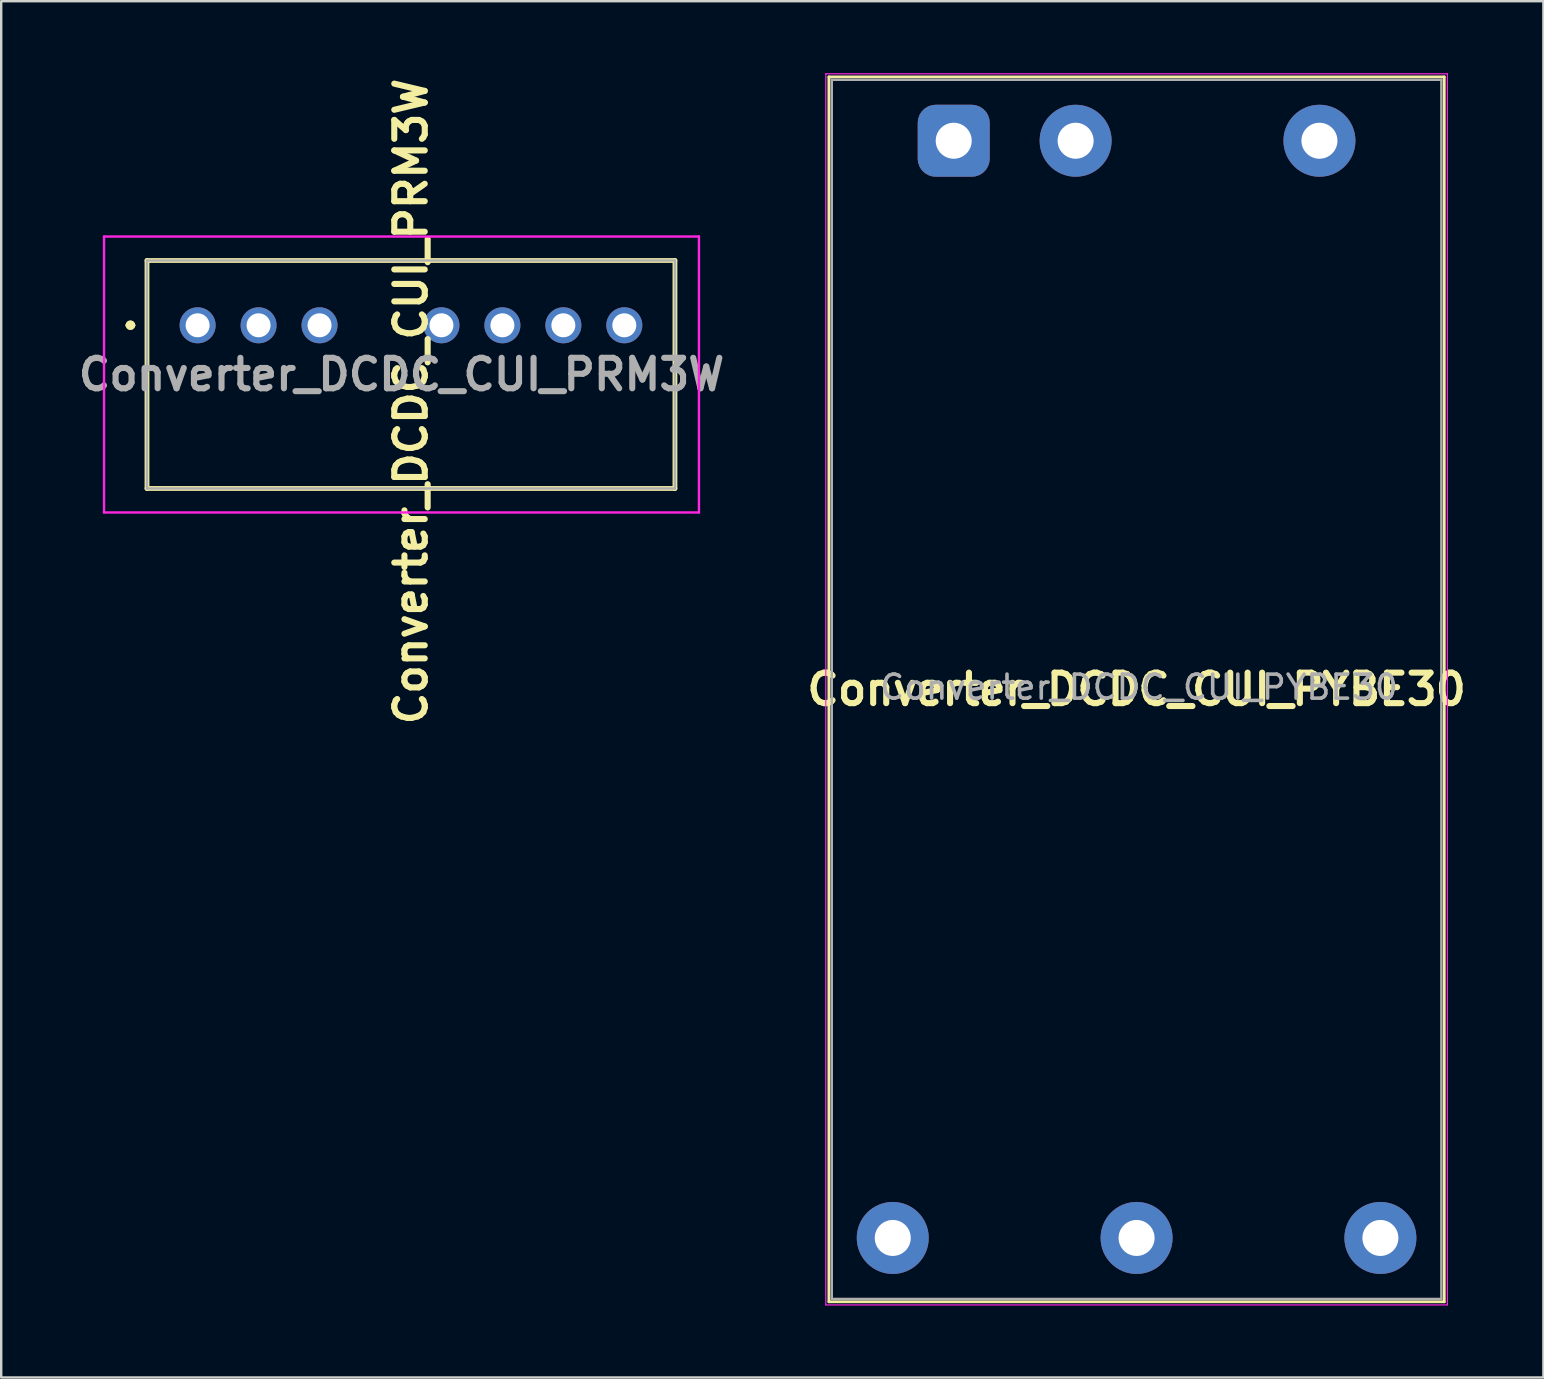
<source format=kicad_pcb>
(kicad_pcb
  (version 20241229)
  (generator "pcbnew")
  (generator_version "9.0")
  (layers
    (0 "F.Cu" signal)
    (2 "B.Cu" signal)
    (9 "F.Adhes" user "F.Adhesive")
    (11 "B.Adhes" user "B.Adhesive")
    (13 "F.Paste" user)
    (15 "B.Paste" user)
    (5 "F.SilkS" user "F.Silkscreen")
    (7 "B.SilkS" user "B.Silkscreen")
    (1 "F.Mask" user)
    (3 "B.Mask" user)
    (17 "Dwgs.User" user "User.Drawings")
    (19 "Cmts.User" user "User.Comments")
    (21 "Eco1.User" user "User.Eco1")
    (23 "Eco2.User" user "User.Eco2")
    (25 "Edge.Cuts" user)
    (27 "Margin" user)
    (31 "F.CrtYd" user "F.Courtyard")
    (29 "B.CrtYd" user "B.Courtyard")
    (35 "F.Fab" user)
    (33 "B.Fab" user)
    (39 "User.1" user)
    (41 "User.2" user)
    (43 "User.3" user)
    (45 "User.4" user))
  (footprint "Converter_DCDC_CUI_PYBE30"
    (layer "F.Cu")
    (at 36.691 2.815)
    (property "Reference" "Converter_DCDC_CUI_PYBE30" (at 7.62 22.86 180) (layer "F.SilkS") (effects (font (size 1.27 1.27) (thickness 0.254))))
    (attr through_hole)
    (fp_line (start -5.2 -2.66) (end 20.44 -2.66) (stroke (width 0.12) (type solid)) (layer "F.SilkS"))
    (fp_line (start -5.2 48.38) (end -5.2 -2.66) (stroke (width 0.12) (type solid)) (layer "F.SilkS"))
    (fp_line (start 20.44 -2.66) (end 20.44 48.38) (stroke (width 0.12) (type solid)) (layer "F.SilkS"))
    (fp_line (start 20.44 48.38) (end -5.2 48.38) (stroke (width 0.12) (type solid)) (layer "F.SilkS"))
    (fp_line (start -5.33 -2.79) (end 20.57 -2.79) (stroke (width 0.05) (type solid)) (layer "F.CrtYd"))
    (fp_line (start -5.33 48.51) (end -5.33 -2.79) (stroke (width 0.05) (type solid)) (layer "F.CrtYd"))
    (fp_line (start 20.57 -2.79) (end 20.57 48.51) (stroke (width 0.05) (type solid)) (layer "F.CrtYd"))
    (fp_line (start 20.57 48.51) (end -5.33 48.51) (stroke (width 0.05) (type solid)) (layer "F.CrtYd"))
    (fp_line (start -5.08 -2.54) (end 20.32 -2.54) (stroke (width 0.1) (type solid)) (layer "F.Fab"))
    (fp_line (start -5.08 48.26) (end -5.08 -2.54) (stroke (width 0.1) (type solid)) (layer "F.Fab"))
    (fp_line (start -5.08 48.26) (end 20.32 48.26) (stroke (width 0.1) (type solid)) (layer "F.Fab"))
    (fp_line (start 20.32 48.26) (end 20.32 -2.54) (stroke (width 0.1) (type solid)) (layer "F.Fab"))
    (fp_text user "${REFERENCE}" (at 7.72 22.77 180) (layer "F.Fab") (effects (font (size 1 1) (thickness 0.15))))
    (pad "1" thru_hole roundrect (at 0 0) (size 3 3) (drill 1.5) (layers "*.Cu" "*.Mask") (roundrect_rratio 0.25))
    (pad "2" thru_hole circle (at 5.08 0) (size 3 3) (drill 1.5) (layers "*.Cu" "*.Mask"))
    (pad "3" thru_hole circle (at 15.24 0) (size 3 3) (drill 1.5) (layers "*.Cu" "*.Mask"))
    (pad "4" thru_hole circle (at 17.78 45.72) (size 3 3) (drill 1.5) (layers "*.Cu" "*.Mask"))
    (pad "5" thru_hole circle (at 7.62 45.72) (size 3 3) (drill 1.5) (layers "*.Cu" "*.Mask"))
    (pad "6" thru_hole circle (at -2.54 45.72) (size 3 3) (drill 1.5) (layers "*.Cu" "*.Mask")))
  (footprint "Converter_DCDC_CUI_PRM3W"
    (layer "F.Cu")
    (at 5.185 10.505)
    (property "Reference" "Converter_DCDC_CUI_PRM3W" (at 8.89 3.175 90) (layer "F.SilkS") (effects (font (size 1.27 1.27) (thickness 0.254))))
    (attr through_hole)
    (fp_line (start -2.9 0) (end -2.9 0) (stroke (width 0.2) (type solid)) (layer "F.SilkS"))
    (fp_line (start -2.7 0) (end -2.7 0) (stroke (width 0.2) (type solid)) (layer "F.SilkS"))
    (fp_line (start -2.7 0) (end -2.7 0) (stroke (width 0.2) (type solid)) (layer "F.SilkS"))
    (fp_line (start -2.11 -2.7) (end -2.11 6.8) (stroke (width 0.2) (type solid)) (layer "F.SilkS"))
    (fp_line (start -2.11 6.8) (end 19.89 6.8) (stroke (width 0.2) (type solid)) (layer "F.SilkS"))
    (fp_line (start 19.89 -2.7) (end -2.11 -2.7) (stroke (width 0.2) (type solid)) (layer "F.SilkS"))
    (fp_line (start 19.89 6.8) (end 19.89 -2.7) (stroke (width 0.2) (type solid)) (layer "F.SilkS"))
    (fp_arc (start -2.9 0) (mid -2.8 -0.1) (end -2.7 0) (stroke (width 0.2) (type solid)) (layer "F.SilkS"))
    (fp_arc (start -2.9 0) (mid -2.8 -0.1) (end -2.7 0) (stroke (width 0.2) (type solid)) (layer "F.SilkS"))
    (fp_arc (start -2.7 0) (mid -2.8 0.1) (end -2.9 0) (stroke (width 0.2) (type solid)) (layer "F.SilkS"))
    (fp_line (start -3.9 -3.7) (end 20.89 -3.7) (stroke (width 0.1) (type solid)) (layer "F.CrtYd"))
    (fp_line (start -3.9 7.8) (end -3.9 -3.7) (stroke (width 0.1) (type solid)) (layer "F.CrtYd"))
    (fp_line (start 20.89 -3.7) (end 20.89 7.8) (stroke (width 0.1) (type solid)) (layer "F.CrtYd"))
    (fp_line (start 20.89 7.8) (end -3.9 7.8) (stroke (width 0.1) (type solid)) (layer "F.CrtYd"))
    (fp_line (start -2.11 -2.7) (end 19.89 -2.7) (stroke (width 0.1) (type solid)) (layer "F.Fab"))
    (fp_line (start -2.11 6.8) (end -2.11 -2.7) (stroke (width 0.1) (type solid)) (layer "F.Fab"))
    (fp_line (start 19.89 -2.7) (end 19.89 6.8) (stroke (width 0.1) (type solid)) (layer "F.Fab"))
    (fp_line (start 19.89 6.8) (end -2.11 6.8) (stroke (width 0.1) (type solid)) (layer "F.Fab"))
    (fp_text user "${REFERENCE}" (at 8.495 2.05 0) (layer "F.Fab") (effects (font (size 1.27 1.27) (thickness 0.254))))
    (pad "1" thru_hole circle (at 0 0) (size 1.5 1.5) (drill 1) (layers "*.Cu" "*.Mask"))
    (pad "2" thru_hole circle (at 2.54 0) (size 1.5 1.5) (drill 1) (layers "*.Cu" "*.Mask"))
    (pad "3" thru_hole circle (at 5.08 0) (size 1.5 1.5) (drill 1) (layers "*.Cu" "*.Mask"))
    (pad "5" thru_hole circle (at 10.16 0) (size 1.5 1.5) (drill 1) (layers "*.Cu" "*.Mask"))
    (pad "6" thru_hole circle (at 12.7 0) (size 1.5 1.5) (drill 1) (layers "*.Cu" "*.Mask"))
    (pad "7" thru_hole circle (at 15.24 0) (size 1.5 1.5) (drill 1) (layers "*.Cu" "*.Mask"))
    (pad "8" thru_hole circle (at 17.78 0) (size 1.5 1.5) (drill 1) (layers "*.Cu" "*.Mask")))
  (gr_rect
    (start -3 -3)
    (end 61.263 54.35)
    (stroke (width 0.1) (type default))
    (fill no)
    (layer "Edge.Cuts")))
</source>
